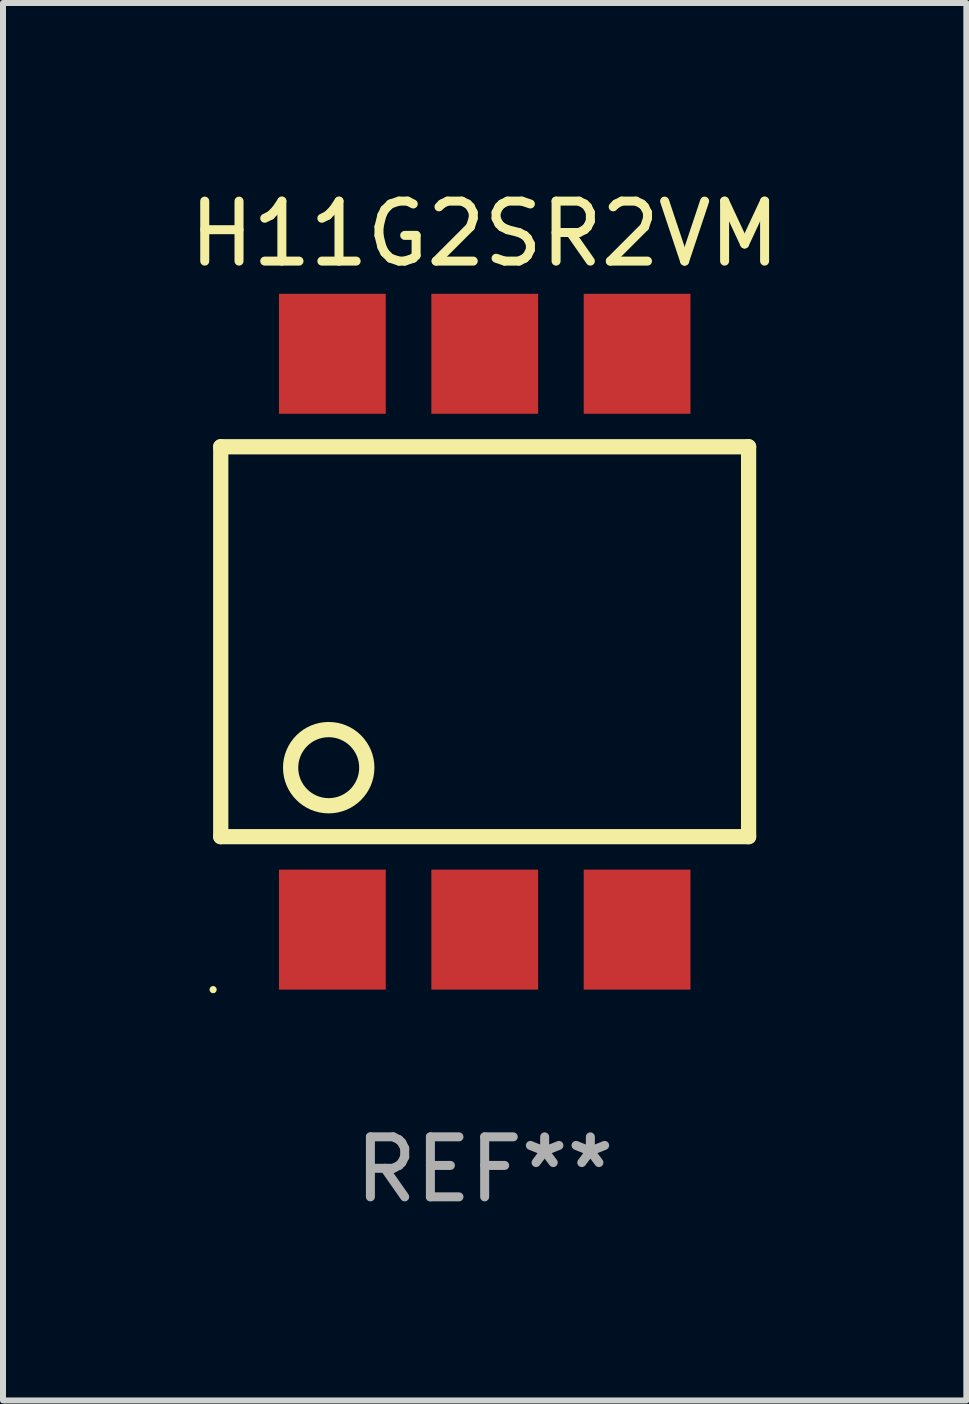
<source format=kicad_pcb>
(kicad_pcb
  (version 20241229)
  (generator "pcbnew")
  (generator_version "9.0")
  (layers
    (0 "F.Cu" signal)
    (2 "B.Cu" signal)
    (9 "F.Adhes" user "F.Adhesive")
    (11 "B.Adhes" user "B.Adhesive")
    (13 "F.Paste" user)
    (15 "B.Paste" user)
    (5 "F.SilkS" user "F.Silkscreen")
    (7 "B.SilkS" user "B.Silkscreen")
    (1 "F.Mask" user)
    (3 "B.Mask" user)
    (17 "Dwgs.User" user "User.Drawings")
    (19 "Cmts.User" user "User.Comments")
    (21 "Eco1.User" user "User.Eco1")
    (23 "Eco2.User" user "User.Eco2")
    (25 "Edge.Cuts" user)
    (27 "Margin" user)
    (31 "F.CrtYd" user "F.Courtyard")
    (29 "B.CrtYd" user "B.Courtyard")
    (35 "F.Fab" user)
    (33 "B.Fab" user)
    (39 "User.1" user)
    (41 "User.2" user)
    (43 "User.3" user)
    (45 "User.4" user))
  (footprint "H11G2SR2VM"
    (layer "F.Cu")
    (at 5.03 7.648)
    (property "Reference" "H11G2SR2VM" (at 0 -6.8 0) (layer "F.SilkS") (effects (font (size 1 1) (thickness 0.15))))
    (attr through_hole)
    (fp_line (start -4.4 -3.25) (end -4.4 3.25) (stroke (width 0.254) (type solid)) (layer "F.SilkS"))
    (fp_line (start -4.4 -3.25) (end 4.4 -3.25) (stroke (width 0.254) (type solid)) (layer "F.SilkS"))
    (fp_line (start 4.4 3.25) (end -4.4 3.25) (stroke (width 0.254) (type solid)) (layer "F.SilkS"))
    (fp_line (start 4.4 3.25) (end 4.4 -3.25) (stroke (width 0.254) (type solid)) (layer "F.SilkS"))
    (fp_circle (center -4.527 5.8) (end -4.497 5.8) (stroke (width 0.06) (type solid)) (fill no) (layer "F.SilkS"))
    (fp_circle (center -2.6 2.1) (end -1.965 2.1) (stroke (width 0.254) (type solid)) (fill no) (layer "F.SilkS"))
    (fp_text user "REF**" (at 0 8.8 0) (layer "F.Fab") (effects (font (size 1 1) (thickness 0.15))))
    (pad "1" smd rect (at -2.539 4.8) (size 1.78 2) (layers "F.Cu" "F.Mask" "F.Paste"))
    (pad "2" smd rect (at 0.001 4.8) (size 1.78 2) (layers "F.Cu" "F.Mask" "F.Paste"))
    (pad "3" smd rect (at 2.541 4.8) (size 1.78 2) (layers "F.Cu" "F.Mask" "F.Paste"))
    (pad "4" smd rect (at 2.541 -4.8) (size 1.78 2) (layers "F.Cu" "F.Mask" "F.Paste"))
    (pad "5" smd rect (at 0.001 -4.8) (size 1.78 2) (layers "F.Cu" "F.Mask" "F.Paste"))
    (pad "6" smd rect (at -2.539 -4.8) (size 1.78 2) (layers "F.Cu" "F.Mask" "F.Paste")))
  (gr_rect
    (start -3 -3)
    (end 13.06 20.297)
    (stroke (width 0.1) (type default))
    (fill no)
    (layer "Edge.Cuts")))
</source>
